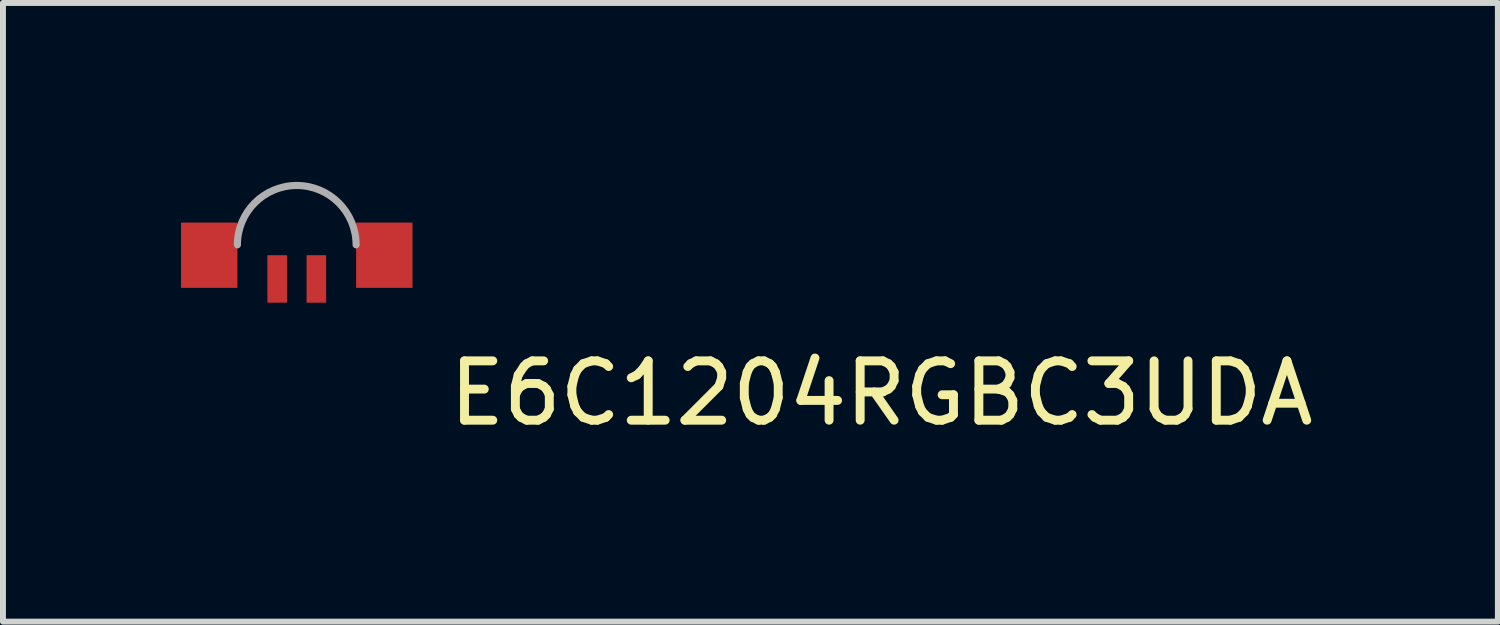
<source format=kicad_pcb>
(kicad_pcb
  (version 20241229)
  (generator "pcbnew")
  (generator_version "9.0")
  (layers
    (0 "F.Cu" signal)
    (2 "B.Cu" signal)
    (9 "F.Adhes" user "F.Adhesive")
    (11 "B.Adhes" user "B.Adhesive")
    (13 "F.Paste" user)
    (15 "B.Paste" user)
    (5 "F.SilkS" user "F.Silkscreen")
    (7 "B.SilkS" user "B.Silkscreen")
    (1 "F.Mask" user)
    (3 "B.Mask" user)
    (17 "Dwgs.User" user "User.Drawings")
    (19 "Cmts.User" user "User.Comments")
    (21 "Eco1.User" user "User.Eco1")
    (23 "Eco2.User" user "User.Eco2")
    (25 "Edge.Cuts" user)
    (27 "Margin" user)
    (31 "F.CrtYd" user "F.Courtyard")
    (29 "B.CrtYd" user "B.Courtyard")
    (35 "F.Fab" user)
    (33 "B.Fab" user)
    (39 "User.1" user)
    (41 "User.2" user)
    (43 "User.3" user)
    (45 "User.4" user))
  (footprint "E6C1204RGBC3UDA"
    (layer "F.Cu")
    (at 1.95 1.25)
    (property "Reference" "E6C1204RGBC3UDA" (at 9.85 2.325 0) (layer "F.SilkS") (effects (font (size 1 1) (thickness 0.15))))
    (attr through_hole)
    (fp_poly (pts (xy 0.9 -0.1) (xy -0.9 -0.1) (xy -0.9 -1.25) (xy 0.9 -1.25)) (stroke (width 0.001) (type solid)) (fill yes) (layer "F.Mask"))
    (fp_arc (start -1 -0.175) (mid 0 -1.175) (end 1 -0.175) (stroke (width 0.12) (type solid)) (layer "F.Fab"))
    (pad "1" smd rect (at 1.475 0) (size 0.95 1.1) (layers "F.Cu" "F.Mask" "F.Paste"))
    (pad "2" smd rect (at 0.33 0) (size 0.33 0.8) (drill (offset 0 0.4)) (layers "F.Cu" "F.Mask" "F.Paste"))
    (pad "3" smd rect (at -0.33 0) (size 0.33 0.8) (drill (offset 0 0.4)) (layers "F.Cu" "F.Mask" "F.Paste"))
    (pad "4" smd rect (at -1.475 0) (size 0.95 1.1) (layers "F.Cu" "F.Mask" "F.Paste")))
  (gr_rect
    (start -3 -3)
    (end 22.187 7.424)
    (stroke (width 0.1) (type default))
    (fill no)
    (layer "Edge.Cuts")))
</source>
